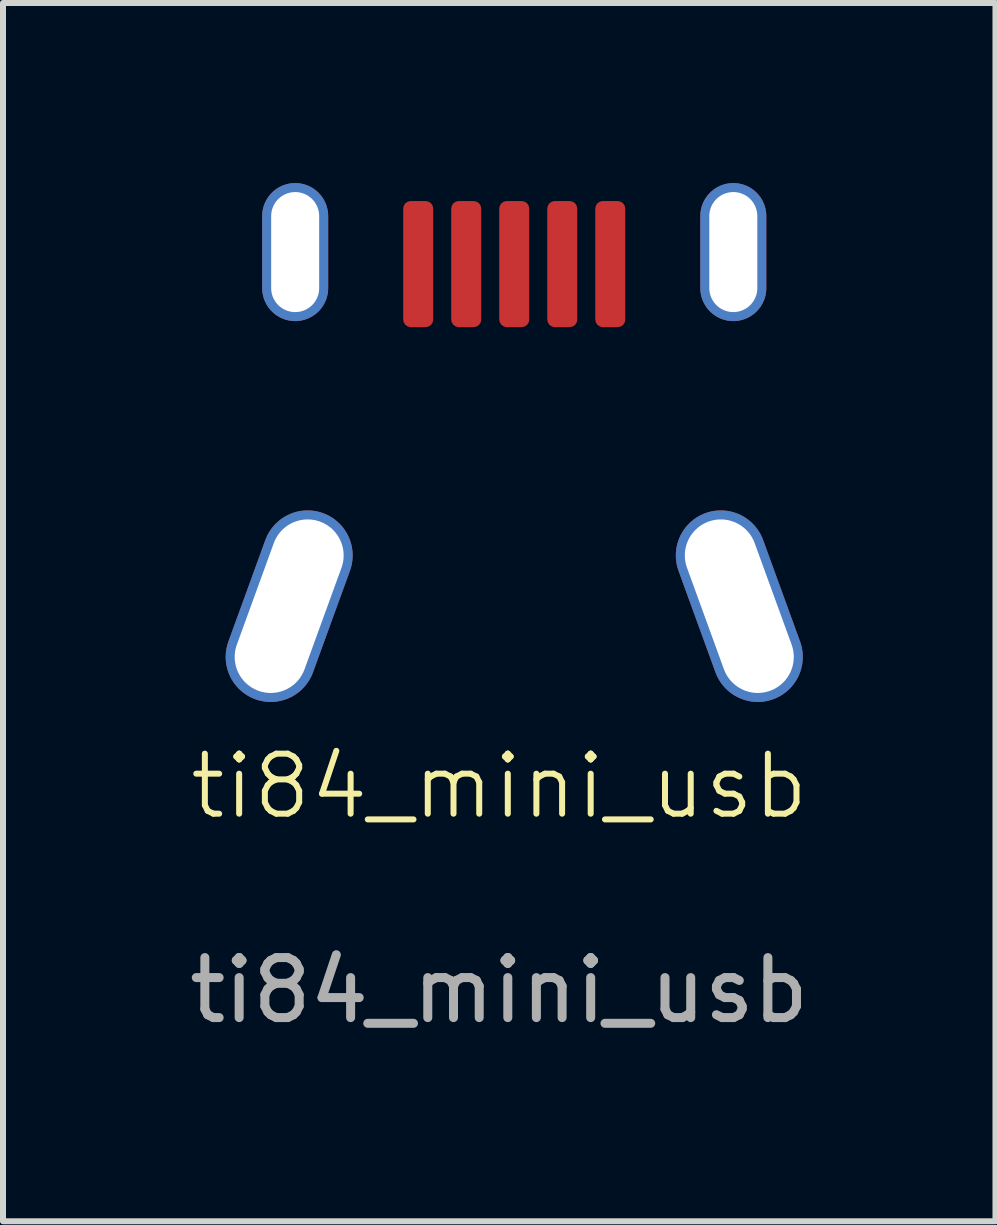
<source format=kicad_pcb>
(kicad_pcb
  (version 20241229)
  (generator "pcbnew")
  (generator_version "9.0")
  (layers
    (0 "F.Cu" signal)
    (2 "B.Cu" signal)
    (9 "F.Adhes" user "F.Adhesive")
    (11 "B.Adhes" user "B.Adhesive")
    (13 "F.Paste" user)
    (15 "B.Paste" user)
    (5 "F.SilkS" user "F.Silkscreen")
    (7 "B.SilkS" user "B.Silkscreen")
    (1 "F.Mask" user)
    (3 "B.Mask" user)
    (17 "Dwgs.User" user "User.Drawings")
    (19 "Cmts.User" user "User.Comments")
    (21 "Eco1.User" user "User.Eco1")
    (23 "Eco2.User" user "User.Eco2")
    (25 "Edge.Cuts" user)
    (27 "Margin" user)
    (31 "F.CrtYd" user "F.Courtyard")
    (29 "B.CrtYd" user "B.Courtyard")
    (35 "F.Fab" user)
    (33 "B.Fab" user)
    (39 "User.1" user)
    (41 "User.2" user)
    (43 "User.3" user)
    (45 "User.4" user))
  (footprint "ti84_mini_usb"
    (layer "F.Cu")
    (at 5.268 10.95)
    (property "Reference" "ti84_mini_usb" (at 0 -0.9 0) (unlocked yes) (layer "F.SilkS") (effects (font (size 1 1) (thickness 0.1))))
    (attr smd)
    (fp_text user "${REFERENCE}" (at 0 2.5 0) (unlocked yes) (layer "F.Fab") (effects (font (size 1 1) (thickness 0.15))))
    (pad "1" smd roundrect (at -1.35 -9.6) (size 0.5 2.1) (layers "F.Cu" "F.Mask" "F.Paste") (roundrect_rratio 0.25))
    (pad "2" smd roundrect (at -0.55 -9.6) (size 0.5 2.1) (layers "F.Cu" "F.Mask" "F.Paste") (roundrect_rratio 0.25))
    (pad "3" smd roundrect (at 0.25 -9.6) (size 0.5 2.1) (layers "F.Cu" "F.Mask" "F.Paste") (roundrect_rratio 0.25))
    (pad "4" smd roundrect (at 1.05 -9.6) (size 0.5 2.1) (layers "F.Cu" "F.Mask" "F.Paste") (roundrect_rratio 0.25))
    (pad "5" smd roundrect (at 1.85 -9.6) (size 0.5 2.1) (layers "F.Cu" "F.Mask" "F.Paste") (roundrect_rratio 0.25))
    (pad "6" thru_hole oval (at -3.5 -3.9 340) (size 1.5 3.3) (drill oval 1.2 3) (layers "*.Cu" "*.Mask"))
    (pad "6" thru_hole oval (at -3.4 -9.8) (size 1.1 2.3) (drill oval 0.8 2) (layers "*.Cu" "*.Mask"))
    (pad "6" thru_hole oval (at 3.9 -9.8) (size 1.1 2.3) (drill oval 0.8 2) (layers "*.Cu" "*.Mask"))
    (pad "6" thru_hole oval (at 4 -3.9 20) (size 1.5 3.3) (drill oval 1.2 3) (layers "*.Cu" "*.Mask")))
  (gr_rect
    (start -3 -3)
    (end 13.536 17.298)
    (stroke (width 0.1) (type default))
    (fill no)
    (layer "Edge.Cuts")))
</source>
